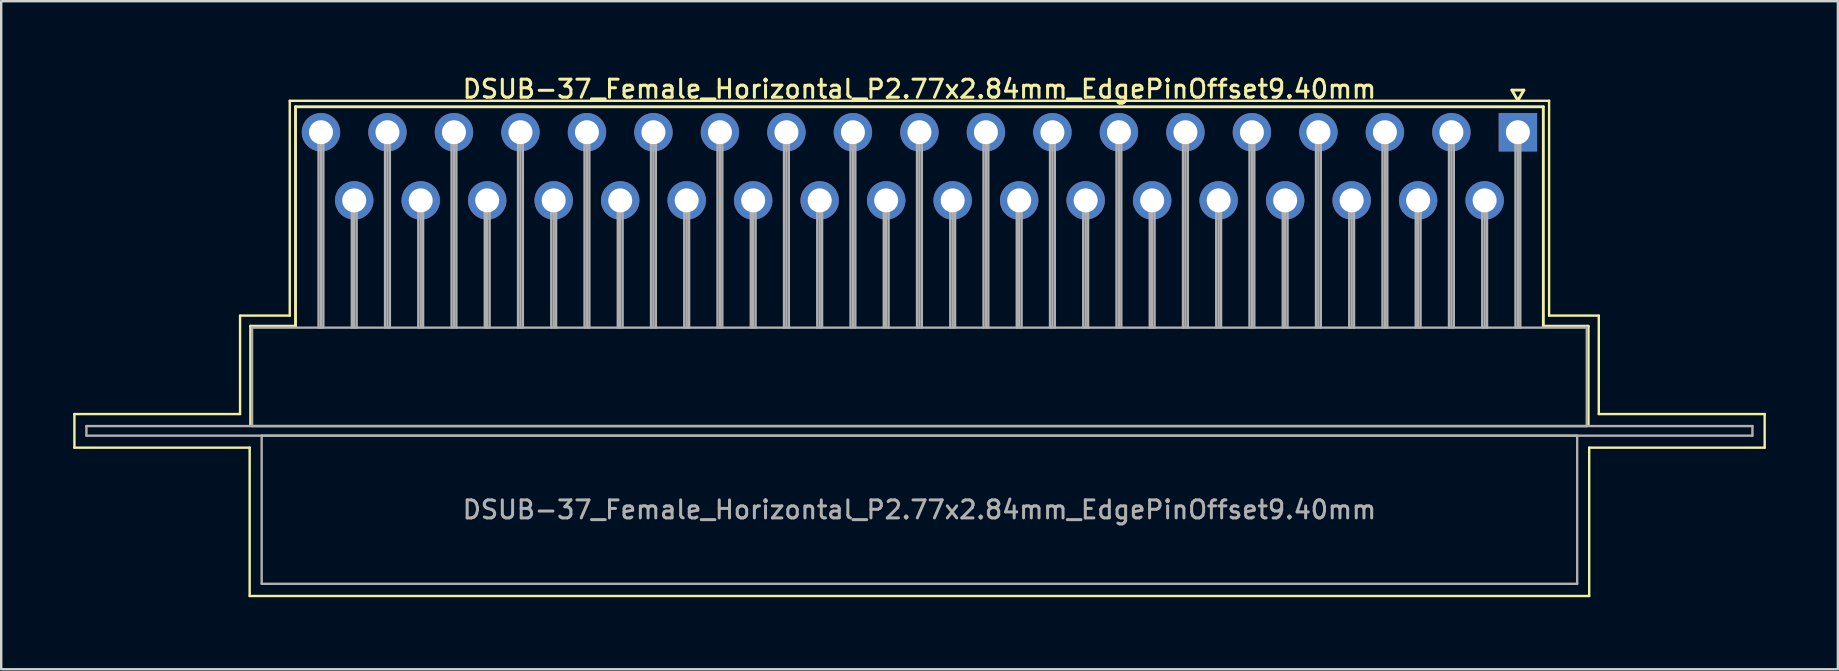
<source format=kicad_pcb>
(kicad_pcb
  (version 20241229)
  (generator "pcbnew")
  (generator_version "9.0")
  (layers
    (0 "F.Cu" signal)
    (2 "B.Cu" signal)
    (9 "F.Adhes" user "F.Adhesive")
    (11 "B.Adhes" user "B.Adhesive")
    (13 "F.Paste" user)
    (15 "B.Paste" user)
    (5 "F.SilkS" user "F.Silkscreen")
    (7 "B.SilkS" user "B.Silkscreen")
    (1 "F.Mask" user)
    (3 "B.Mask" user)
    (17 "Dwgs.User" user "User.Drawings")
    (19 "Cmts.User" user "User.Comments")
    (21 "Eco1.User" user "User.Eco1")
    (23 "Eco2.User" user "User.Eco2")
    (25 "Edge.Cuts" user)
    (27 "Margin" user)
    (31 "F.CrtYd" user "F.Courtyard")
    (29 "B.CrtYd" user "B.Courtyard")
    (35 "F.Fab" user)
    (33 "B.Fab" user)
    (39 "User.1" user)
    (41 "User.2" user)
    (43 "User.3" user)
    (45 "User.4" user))
  (footprint "DSUB-37_Female_Horizontal_P2.77x2.84mm_EdgePinOffset9.40mm"
    (layer "F.Cu")
    (at 60.18 2.458)
    (property "Reference" "DSUB-37_Female_Horizontal_P2.77x2.84mm_EdgePinOffset9.40mm" (at -24.93 -1.8 0) (layer "F.SilkS") (effects (font (size 0.75 0.75) (thickness 0.125))))
    (attr through_hole)
    (fp_line (start -60.13 11.74) (end -53.23 11.74) (stroke (width 0.1) (type solid)) (layer "F.SilkS"))
    (fp_line (start -60.13 13.14) (end -60.13 11.74) (stroke (width 0.1) (type solid)) (layer "F.SilkS"))
    (fp_line (start -53.23 7.64) (end -51.16 7.64) (stroke (width 0.1) (type solid)) (layer "F.SilkS"))
    (fp_line (start -53.23 11.74) (end -53.23 7.64) (stroke (width 0.1) (type solid)) (layer "F.SilkS"))
    (fp_line (start -52.83 13.14) (end -60.13 13.14) (stroke (width 0.1) (type solid)) (layer "F.SilkS"))
    (fp_line (start -52.83 19.32) (end -52.83 13.14) (stroke (width 0.1) (type solid)) (layer "F.SilkS"))
    (fp_line (start -52.79 8.08) (end -50.92 8.08) (stroke (width 0.12) (type solid)) (layer "F.SilkS"))
    (fp_line (start -52.79 12.18) (end -52.79 8.08) (stroke (width 0.12) (type solid)) (layer "F.SilkS"))
    (fp_line (start -51.16 -1.31) (end 1.3 -1.31) (stroke (width 0.1) (type solid)) (layer "F.SilkS"))
    (fp_line (start -51.16 7.64) (end -51.16 -1.31) (stroke (width 0.1) (type solid)) (layer "F.SilkS"))
    (fp_line (start -50.92 -1.06) (end 1.06 -1.06) (stroke (width 0.12) (type solid)) (layer "F.SilkS"))
    (fp_line (start -50.92 8.08) (end -50.92 -1.06) (stroke (width 0.12) (type solid)) (layer "F.SilkS"))
    (fp_line (start -0.25 -1.754) (end 0.25 -1.754) (stroke (width 0.12) (type solid)) (layer "F.SilkS"))
    (fp_line (start 0 -1.321) (end -0.25 -1.754) (stroke (width 0.12) (type solid)) (layer "F.SilkS"))
    (fp_line (start 0.25 -1.754) (end 0 -1.321) (stroke (width 0.12) (type solid)) (layer "F.SilkS"))
    (fp_line (start 1.06 -1.06) (end 1.06 8.08) (stroke (width 0.12) (type solid)) (layer "F.SilkS"))
    (fp_line (start 1.06 8.08) (end 2.93 8.08) (stroke (width 0.12) (type solid)) (layer "F.SilkS"))
    (fp_line (start 1.3 -1.31) (end 1.3 7.64) (stroke (width 0.1) (type solid)) (layer "F.SilkS"))
    (fp_line (start 1.3 7.64) (end 3.37 7.64) (stroke (width 0.1) (type solid)) (layer "F.SilkS"))
    (fp_line (start 2.93 8.08) (end 2.93 12.18) (stroke (width 0.12) (type solid)) (layer "F.SilkS"))
    (fp_line (start 2.97 13.14) (end 2.97 19.32) (stroke (width 0.1) (type solid)) (layer "F.SilkS"))
    (fp_line (start 2.97 19.32) (end -52.83 19.32) (stroke (width 0.1) (type solid)) (layer "F.SilkS"))
    (fp_line (start 3.37 7.64) (end 3.37 11.74) (stroke (width 0.1) (type solid)) (layer "F.SilkS"))
    (fp_line (start 3.37 11.74) (end 10.28 11.74) (stroke (width 0.1) (type solid)) (layer "F.SilkS"))
    (fp_line (start 10.28 11.74) (end 10.28 13.14) (stroke (width 0.1) (type solid)) (layer "F.SilkS"))
    (fp_line (start 10.28 13.14) (end 2.97 13.14) (stroke (width 0.1) (type solid)) (layer "F.SilkS"))
    (fp_line (start -59.63 12.24) (end -59.63 12.64) (stroke (width 0.1) (type solid)) (layer "F.Fab"))
    (fp_line (start -59.63 12.64) (end 9.77 12.64) (stroke (width 0.1) (type solid)) (layer "F.Fab"))
    (fp_line (start -52.73 8.14) (end -52.73 12.24) (stroke (width 0.1) (type solid)) (layer "F.Fab"))
    (fp_line (start -52.73 12.24) (end 2.87 12.24) (stroke (width 0.1) (type solid)) (layer "F.Fab"))
    (fp_line (start -52.33 12.64) (end -52.33 18.81) (stroke (width 0.1) (type solid)) (layer "F.Fab"))
    (fp_line (start -52.33 18.81) (end 2.47 18.81) (stroke (width 0.1) (type solid)) (layer "F.Fab"))
    (fp_line (start -49.96 0) (end -49.96 8.14) (stroke (width 0.1) (type solid)) (layer "F.Fab"))
    (fp_line (start -49.86 0) (end -49.86 8.14) (stroke (width 0.1) (type solid)) (layer "F.Fab"))
    (fp_line (start -49.76 0) (end -49.76 8.14) (stroke (width 0.1) (type solid)) (layer "F.Fab"))
    (fp_line (start -48.575 2.84) (end -48.575 8.14) (stroke (width 0.1) (type solid)) (layer "F.Fab"))
    (fp_line (start -48.475 2.84) (end -48.475 8.14) (stroke (width 0.1) (type solid)) (layer "F.Fab"))
    (fp_line (start -48.375 2.84) (end -48.375 8.14) (stroke (width 0.1) (type solid)) (layer "F.Fab"))
    (fp_line (start -47.19 0) (end -47.19 8.14) (stroke (width 0.1) (type solid)) (layer "F.Fab"))
    (fp_line (start -47.09 0) (end -47.09 8.14) (stroke (width 0.1) (type solid)) (layer "F.Fab"))
    (fp_line (start -46.99 0) (end -46.99 8.14) (stroke (width 0.1) (type solid)) (layer "F.Fab"))
    (fp_line (start -45.805 2.84) (end -45.805 8.14) (stroke (width 0.1) (type solid)) (layer "F.Fab"))
    (fp_line (start -45.705 2.84) (end -45.705 8.14) (stroke (width 0.1) (type solid)) (layer "F.Fab"))
    (fp_line (start -45.605 2.84) (end -45.605 8.14) (stroke (width 0.1) (type solid)) (layer "F.Fab"))
    (fp_line (start -44.42 0) (end -44.42 8.14) (stroke (width 0.1) (type solid)) (layer "F.Fab"))
    (fp_line (start -44.32 0) (end -44.32 8.14) (stroke (width 0.1) (type solid)) (layer "F.Fab"))
    (fp_line (start -44.22 0) (end -44.22 8.14) (stroke (width 0.1) (type solid)) (layer "F.Fab"))
    (fp_line (start -43.035 2.84) (end -43.035 8.14) (stroke (width 0.1) (type solid)) (layer "F.Fab"))
    (fp_line (start -42.935 2.84) (end -42.935 8.14) (stroke (width 0.1) (type solid)) (layer "F.Fab"))
    (fp_line (start -42.835 2.84) (end -42.835 8.14) (stroke (width 0.1) (type solid)) (layer "F.Fab"))
    (fp_line (start -41.65 0) (end -41.65 8.14) (stroke (width 0.1) (type solid)) (layer "F.Fab"))
    (fp_line (start -41.55 0) (end -41.55 8.14) (stroke (width 0.1) (type solid)) (layer "F.Fab"))
    (fp_line (start -41.45 0) (end -41.45 8.14) (stroke (width 0.1) (type solid)) (layer "F.Fab"))
    (fp_line (start -40.265 2.84) (end -40.265 8.14) (stroke (width 0.1) (type solid)) (layer "F.Fab"))
    (fp_line (start -40.165 2.84) (end -40.165 8.14) (stroke (width 0.1) (type solid)) (layer "F.Fab"))
    (fp_line (start -40.065 2.84) (end -40.065 8.14) (stroke (width 0.1) (type solid)) (layer "F.Fab"))
    (fp_line (start -38.88 0) (end -38.88 8.14) (stroke (width 0.1) (type solid)) (layer "F.Fab"))
    (fp_line (start -38.78 0) (end -38.78 8.14) (stroke (width 0.1) (type solid)) (layer "F.Fab"))
    (fp_line (start -38.68 0) (end -38.68 8.14) (stroke (width 0.1) (type solid)) (layer "F.Fab"))
    (fp_line (start -37.495 2.84) (end -37.495 8.14) (stroke (width 0.1) (type solid)) (layer "F.Fab"))
    (fp_line (start -37.395 2.84) (end -37.395 8.14) (stroke (width 0.1) (type solid)) (layer "F.Fab"))
    (fp_line (start -37.295 2.84) (end -37.295 8.14) (stroke (width 0.1) (type solid)) (layer "F.Fab"))
    (fp_line (start -36.11 0) (end -36.11 8.14) (stroke (width 0.1) (type solid)) (layer "F.Fab"))
    (fp_line (start -36.01 0) (end -36.01 8.14) (stroke (width 0.1) (type solid)) (layer "F.Fab"))
    (fp_line (start -35.91 0) (end -35.91 8.14) (stroke (width 0.1) (type solid)) (layer "F.Fab"))
    (fp_line (start -34.725 2.84) (end -34.725 8.14) (stroke (width 0.1) (type solid)) (layer "F.Fab"))
    (fp_line (start -34.625 2.84) (end -34.625 8.14) (stroke (width 0.1) (type solid)) (layer "F.Fab"))
    (fp_line (start -34.525 2.84) (end -34.525 8.14) (stroke (width 0.1) (type solid)) (layer "F.Fab"))
    (fp_line (start -33.34 0) (end -33.34 8.14) (stroke (width 0.1) (type solid)) (layer "F.Fab"))
    (fp_line (start -33.24 0) (end -33.24 8.14) (stroke (width 0.1) (type solid)) (layer "F.Fab"))
    (fp_line (start -33.14 0) (end -33.14 8.14) (stroke (width 0.1) (type solid)) (layer "F.Fab"))
    (fp_line (start -31.955 2.84) (end -31.955 8.14) (stroke (width 0.1) (type solid)) (layer "F.Fab"))
    (fp_line (start -31.855 2.84) (end -31.855 8.14) (stroke (width 0.1) (type solid)) (layer "F.Fab"))
    (fp_line (start -31.755 2.84) (end -31.755 8.14) (stroke (width 0.1) (type solid)) (layer "F.Fab"))
    (fp_line (start -30.57 0) (end -30.57 8.14) (stroke (width 0.1) (type solid)) (layer "F.Fab"))
    (fp_line (start -30.47 0) (end -30.47 8.14) (stroke (width 0.1) (type solid)) (layer "F.Fab"))
    (fp_line (start -30.37 0) (end -30.37 8.14) (stroke (width 0.1) (type solid)) (layer "F.Fab"))
    (fp_line (start -29.185 2.84) (end -29.185 8.14) (stroke (width 0.1) (type solid)) (layer "F.Fab"))
    (fp_line (start -29.085 2.84) (end -29.085 8.14) (stroke (width 0.1) (type solid)) (layer "F.Fab"))
    (fp_line (start -28.985 2.84) (end -28.985 8.14) (stroke (width 0.1) (type solid)) (layer "F.Fab"))
    (fp_line (start -27.8 0) (end -27.8 8.14) (stroke (width 0.1) (type solid)) (layer "F.Fab"))
    (fp_line (start -27.7 0) (end -27.7 8.14) (stroke (width 0.1) (type solid)) (layer "F.Fab"))
    (fp_line (start -27.6 0) (end -27.6 8.14) (stroke (width 0.1) (type solid)) (layer "F.Fab"))
    (fp_line (start -26.415 2.84) (end -26.415 8.14) (stroke (width 0.1) (type solid)) (layer "F.Fab"))
    (fp_line (start -26.315 2.84) (end -26.315 8.14) (stroke (width 0.1) (type solid)) (layer "F.Fab"))
    (fp_line (start -26.215 2.84) (end -26.215 8.14) (stroke (width 0.1) (type solid)) (layer "F.Fab"))
    (fp_line (start -25.03 0) (end -25.03 8.14) (stroke (width 0.1) (type solid)) (layer "F.Fab"))
    (fp_line (start -24.93 0) (end -24.93 8.14) (stroke (width 0.1) (type solid)) (layer "F.Fab"))
    (fp_line (start -24.83 0) (end -24.83 8.14) (stroke (width 0.1) (type solid)) (layer "F.Fab"))
    (fp_line (start -23.645 2.84) (end -23.645 8.14) (stroke (width 0.1) (type solid)) (layer "F.Fab"))
    (fp_line (start -23.545 2.84) (end -23.545 8.14) (stroke (width 0.1) (type solid)) (layer "F.Fab"))
    (fp_line (start -23.445 2.84) (end -23.445 8.14) (stroke (width 0.1) (type solid)) (layer "F.Fab"))
    (fp_line (start -22.26 0) (end -22.26 8.14) (stroke (width 0.1) (type solid)) (layer "F.Fab"))
    (fp_line (start -22.16 0) (end -22.16 8.14) (stroke (width 0.1) (type solid)) (layer "F.Fab"))
    (fp_line (start -22.06 0) (end -22.06 8.14) (stroke (width 0.1) (type solid)) (layer "F.Fab"))
    (fp_line (start -20.875 2.84) (end -20.875 8.14) (stroke (width 0.1) (type solid)) (layer "F.Fab"))
    (fp_line (start -20.775 2.84) (end -20.775 8.14) (stroke (width 0.1) (type solid)) (layer "F.Fab"))
    (fp_line (start -20.675 2.84) (end -20.675 8.14) (stroke (width 0.1) (type solid)) (layer "F.Fab"))
    (fp_line (start -19.49 0) (end -19.49 8.14) (stroke (width 0.1) (type solid)) (layer "F.Fab"))
    (fp_line (start -19.39 0) (end -19.39 8.14) (stroke (width 0.1) (type solid)) (layer "F.Fab"))
    (fp_line (start -19.29 0) (end -19.29 8.14) (stroke (width 0.1) (type solid)) (layer "F.Fab"))
    (fp_line (start -18.105 2.84) (end -18.105 8.14) (stroke (width 0.1) (type solid)) (layer "F.Fab"))
    (fp_line (start -18.005 2.84) (end -18.005 8.14) (stroke (width 0.1) (type solid)) (layer "F.Fab"))
    (fp_line (start -17.905 2.84) (end -17.905 8.14) (stroke (width 0.1) (type solid)) (layer "F.Fab"))
    (fp_line (start -16.72 0) (end -16.72 8.14) (stroke (width 0.1) (type solid)) (layer "F.Fab"))
    (fp_line (start -16.62 0) (end -16.62 8.14) (stroke (width 0.1) (type solid)) (layer "F.Fab"))
    (fp_line (start -16.52 0) (end -16.52 8.14) (stroke (width 0.1) (type solid)) (layer "F.Fab"))
    (fp_line (start -15.335 2.84) (end -15.335 8.14) (stroke (width 0.1) (type solid)) (layer "F.Fab"))
    (fp_line (start -15.235 2.84) (end -15.235 8.14) (stroke (width 0.1) (type solid)) (layer "F.Fab"))
    (fp_line (start -15.135 2.84) (end -15.135 8.14) (stroke (width 0.1) (type solid)) (layer "F.Fab"))
    (fp_line (start -13.95 0) (end -13.95 8.14) (stroke (width 0.1) (type solid)) (layer "F.Fab"))
    (fp_line (start -13.85 0) (end -13.85 8.14) (stroke (width 0.1) (type solid)) (layer "F.Fab"))
    (fp_line (start -13.75 0) (end -13.75 8.14) (stroke (width 0.1) (type solid)) (layer "F.Fab"))
    (fp_line (start -12.565 2.84) (end -12.565 8.14) (stroke (width 0.1) (type solid)) (layer "F.Fab"))
    (fp_line (start -12.465 2.84) (end -12.465 8.14) (stroke (width 0.1) (type solid)) (layer "F.Fab"))
    (fp_line (start -12.365 2.84) (end -12.365 8.14) (stroke (width 0.1) (type solid)) (layer "F.Fab"))
    (fp_line (start -11.18 0) (end -11.18 8.14) (stroke (width 0.1) (type solid)) (layer "F.Fab"))
    (fp_line (start -11.08 0) (end -11.08 8.14) (stroke (width 0.1) (type solid)) (layer "F.Fab"))
    (fp_line (start -10.98 0) (end -10.98 8.14) (stroke (width 0.1) (type solid)) (layer "F.Fab"))
    (fp_line (start -9.795 2.84) (end -9.795 8.14) (stroke (width 0.1) (type solid)) (layer "F.Fab"))
    (fp_line (start -9.695 2.84) (end -9.695 8.14) (stroke (width 0.1) (type solid)) (layer "F.Fab"))
    (fp_line (start -9.595 2.84) (end -9.595 8.14) (stroke (width 0.1) (type solid)) (layer "F.Fab"))
    (fp_line (start -8.41 0) (end -8.41 8.14) (stroke (width 0.1) (type solid)) (layer "F.Fab"))
    (fp_line (start -8.31 0) (end -8.31 8.14) (stroke (width 0.1) (type solid)) (layer "F.Fab"))
    (fp_line (start -8.21 0) (end -8.21 8.14) (stroke (width 0.1) (type solid)) (layer "F.Fab"))
    (fp_line (start -7.025 2.84) (end -7.025 8.14) (stroke (width 0.1) (type solid)) (layer "F.Fab"))
    (fp_line (start -6.925 2.84) (end -6.925 8.14) (stroke (width 0.1) (type solid)) (layer "F.Fab"))
    (fp_line (start -6.825 2.84) (end -6.825 8.14) (stroke (width 0.1) (type solid)) (layer "F.Fab"))
    (fp_line (start -5.64 0) (end -5.64 8.14) (stroke (width 0.1) (type solid)) (layer "F.Fab"))
    (fp_line (start -5.54 0) (end -5.54 8.14) (stroke (width 0.1) (type solid)) (layer "F.Fab"))
    (fp_line (start -5.44 0) (end -5.44 8.14) (stroke (width 0.1) (type solid)) (layer "F.Fab"))
    (fp_line (start -4.255 2.84) (end -4.255 8.14) (stroke (width 0.1) (type solid)) (layer "F.Fab"))
    (fp_line (start -4.155 2.84) (end -4.155 8.14) (stroke (width 0.1) (type solid)) (layer "F.Fab"))
    (fp_line (start -4.055 2.84) (end -4.055 8.14) (stroke (width 0.1) (type solid)) (layer "F.Fab"))
    (fp_line (start -2.87 0) (end -2.87 8.14) (stroke (width 0.1) (type solid)) (layer "F.Fab"))
    (fp_line (start -2.77 0) (end -2.77 8.14) (stroke (width 0.1) (type solid)) (layer "F.Fab"))
    (fp_line (start -2.67 0) (end -2.67 8.14) (stroke (width 0.1) (type solid)) (layer "F.Fab"))
    (fp_line (start -1.485 2.84) (end -1.485 8.14) (stroke (width 0.1) (type solid)) (layer "F.Fab"))
    (fp_line (start -1.385 2.84) (end -1.385 8.14) (stroke (width 0.1) (type solid)) (layer "F.Fab"))
    (fp_line (start -1.285 2.84) (end -1.285 8.14) (stroke (width 0.1) (type solid)) (layer "F.Fab"))
    (fp_line (start -0.1 0) (end -0.1 8.14) (stroke (width 0.1) (type solid)) (layer "F.Fab"))
    (fp_line (start 0 0) (end 0 8.14) (stroke (width 0.1) (type solid)) (layer "F.Fab"))
    (fp_line (start 0.1 0) (end 0.1 8.14) (stroke (width 0.1) (type solid)) (layer "F.Fab"))
    (fp_line (start 2.47 12.64) (end -52.33 12.64) (stroke (width 0.1) (type solid)) (layer "F.Fab"))
    (fp_line (start 2.47 18.81) (end 2.47 12.64) (stroke (width 0.1) (type solid)) (layer "F.Fab"))
    (fp_line (start 2.87 8.14) (end -52.73 8.14) (stroke (width 0.1) (type solid)) (layer "F.Fab"))
    (fp_line (start 2.87 12.24) (end 2.87 8.14) (stroke (width 0.1) (type solid)) (layer "F.Fab"))
    (fp_line (start 9.77 12.24) (end -59.63 12.24) (stroke (width 0.1) (type solid)) (layer "F.Fab"))
    (fp_line (start 9.77 12.64) (end 9.77 12.24) (stroke (width 0.1) (type solid)) (layer "F.Fab"))
    (fp_text user "${REFERENCE}" (at -24.93 15.725 0) (layer "F.Fab") (effects (font (size 0.75 0.75) (thickness 0.125))))
    (pad "1" thru_hole rect (at 0 0) (size 1.6 1.6) (drill 1) (layers "*.Cu" "*.Mask"))
    (pad "2" thru_hole circle (at -2.77 0) (size 1.6 1.6) (drill 1) (layers "*.Cu" "*.Mask"))
    (pad "3" thru_hole circle (at -5.54 0) (size 1.6 1.6) (drill 1) (layers "*.Cu" "*.Mask"))
    (pad "4" thru_hole circle (at -8.31 0) (size 1.6 1.6) (drill 1) (layers "*.Cu" "*.Mask"))
    (pad "5" thru_hole circle (at -11.08 0) (size 1.6 1.6) (drill 1) (layers "*.Cu" "*.Mask"))
    (pad "6" thru_hole circle (at -13.85 0) (size 1.6 1.6) (drill 1) (layers "*.Cu" "*.Mask"))
    (pad "7" thru_hole circle (at -16.62 0) (size 1.6 1.6) (drill 1) (layers "*.Cu" "*.Mask"))
    (pad "8" thru_hole circle (at -19.39 0) (size 1.6 1.6) (drill 1) (layers "*.Cu" "*.Mask"))
    (pad "9" thru_hole circle (at -22.16 0) (size 1.6 1.6) (drill 1) (layers "*.Cu" "*.Mask"))
    (pad "10" thru_hole circle (at -24.93 0) (size 1.6 1.6) (drill 1) (layers "*.Cu" "*.Mask"))
    (pad "11" thru_hole circle (at -27.7 0) (size 1.6 1.6) (drill 1) (layers "*.Cu" "*.Mask"))
    (pad "12" thru_hole circle (at -30.47 0) (size 1.6 1.6) (drill 1) (layers "*.Cu" "*.Mask"))
    (pad "13" thru_hole circle (at -33.24 0) (size 1.6 1.6) (drill 1) (layers "*.Cu" "*.Mask"))
    (pad "14" thru_hole circle (at -36.01 0) (size 1.6 1.6) (drill 1) (layers "*.Cu" "*.Mask"))
    (pad "15" thru_hole circle (at -38.78 0) (size 1.6 1.6) (drill 1) (layers "*.Cu" "*.Mask"))
    (pad "16" thru_hole circle (at -41.55 0) (size 1.6 1.6) (drill 1) (layers "*.Cu" "*.Mask"))
    (pad "17" thru_hole circle (at -44.32 0) (size 1.6 1.6) (drill 1) (layers "*.Cu" "*.Mask"))
    (pad "18" thru_hole circle (at -47.09 0) (size 1.6 1.6) (drill 1) (layers "*.Cu" "*.Mask"))
    (pad "19" thru_hole circle (at -49.86 0) (size 1.6 1.6) (drill 1) (layers "*.Cu" "*.Mask"))
    (pad "20" thru_hole circle (at -1.385 2.84) (size 1.6 1.6) (drill 1) (layers "*.Cu" "*.Mask"))
    (pad "21" thru_hole circle (at -4.155 2.84) (size 1.6 1.6) (drill 1) (layers "*.Cu" "*.Mask"))
    (pad "22" thru_hole circle (at -6.925 2.84) (size 1.6 1.6) (drill 1) (layers "*.Cu" "*.Mask"))
    (pad "23" thru_hole circle (at -9.695 2.84) (size 1.6 1.6) (drill 1) (layers "*.Cu" "*.Mask"))
    (pad "24" thru_hole circle (at -12.465 2.84) (size 1.6 1.6) (drill 1) (layers "*.Cu" "*.Mask"))
    (pad "25" thru_hole circle (at -15.235 2.84) (size 1.6 1.6) (drill 1) (layers "*.Cu" "*.Mask"))
    (pad "26" thru_hole circle (at -18.005 2.84) (size 1.6 1.6) (drill 1) (layers "*.Cu" "*.Mask"))
    (pad "27" thru_hole circle (at -20.775 2.84) (size 1.6 1.6) (drill 1) (layers "*.Cu" "*.Mask"))
    (pad "28" thru_hole circle (at -23.545 2.84) (size 1.6 1.6) (drill 1) (layers "*.Cu" "*.Mask"))
    (pad "29" thru_hole circle (at -26.315 2.84) (size 1.6 1.6) (drill 1) (layers "*.Cu" "*.Mask"))
    (pad "30" thru_hole circle (at -29.085 2.84) (size 1.6 1.6) (drill 1) (layers "*.Cu" "*.Mask"))
    (pad "31" thru_hole circle (at -31.855 2.84) (size 1.6 1.6) (drill 1) (layers "*.Cu" "*.Mask"))
    (pad "32" thru_hole circle (at -34.625 2.84) (size 1.6 1.6) (drill 1) (layers "*.Cu" "*.Mask"))
    (pad "33" thru_hole circle (at -37.395 2.84) (size 1.6 1.6) (drill 1) (layers "*.Cu" "*.Mask"))
    (pad "34" thru_hole circle (at -40.165 2.84) (size 1.6 1.6) (drill 1) (layers "*.Cu" "*.Mask"))
    (pad "35" thru_hole circle (at -42.935 2.84) (size 1.6 1.6) (drill 1) (layers "*.Cu" "*.Mask"))
    (pad "36" thru_hole circle (at -45.705 2.84) (size 1.6 1.6) (drill 1) (layers "*.Cu" "*.Mask"))
    (pad "37" thru_hole circle (at -48.475 2.84) (size 1.6 1.6) (drill 1) (layers "*.Cu" "*.Mask")))
  (gr_rect
    (start -3 -3)
    (end 73.51 24.828)
    (stroke (width 0.1) (type default))
    (fill no)
    (layer "Edge.Cuts")))
</source>
